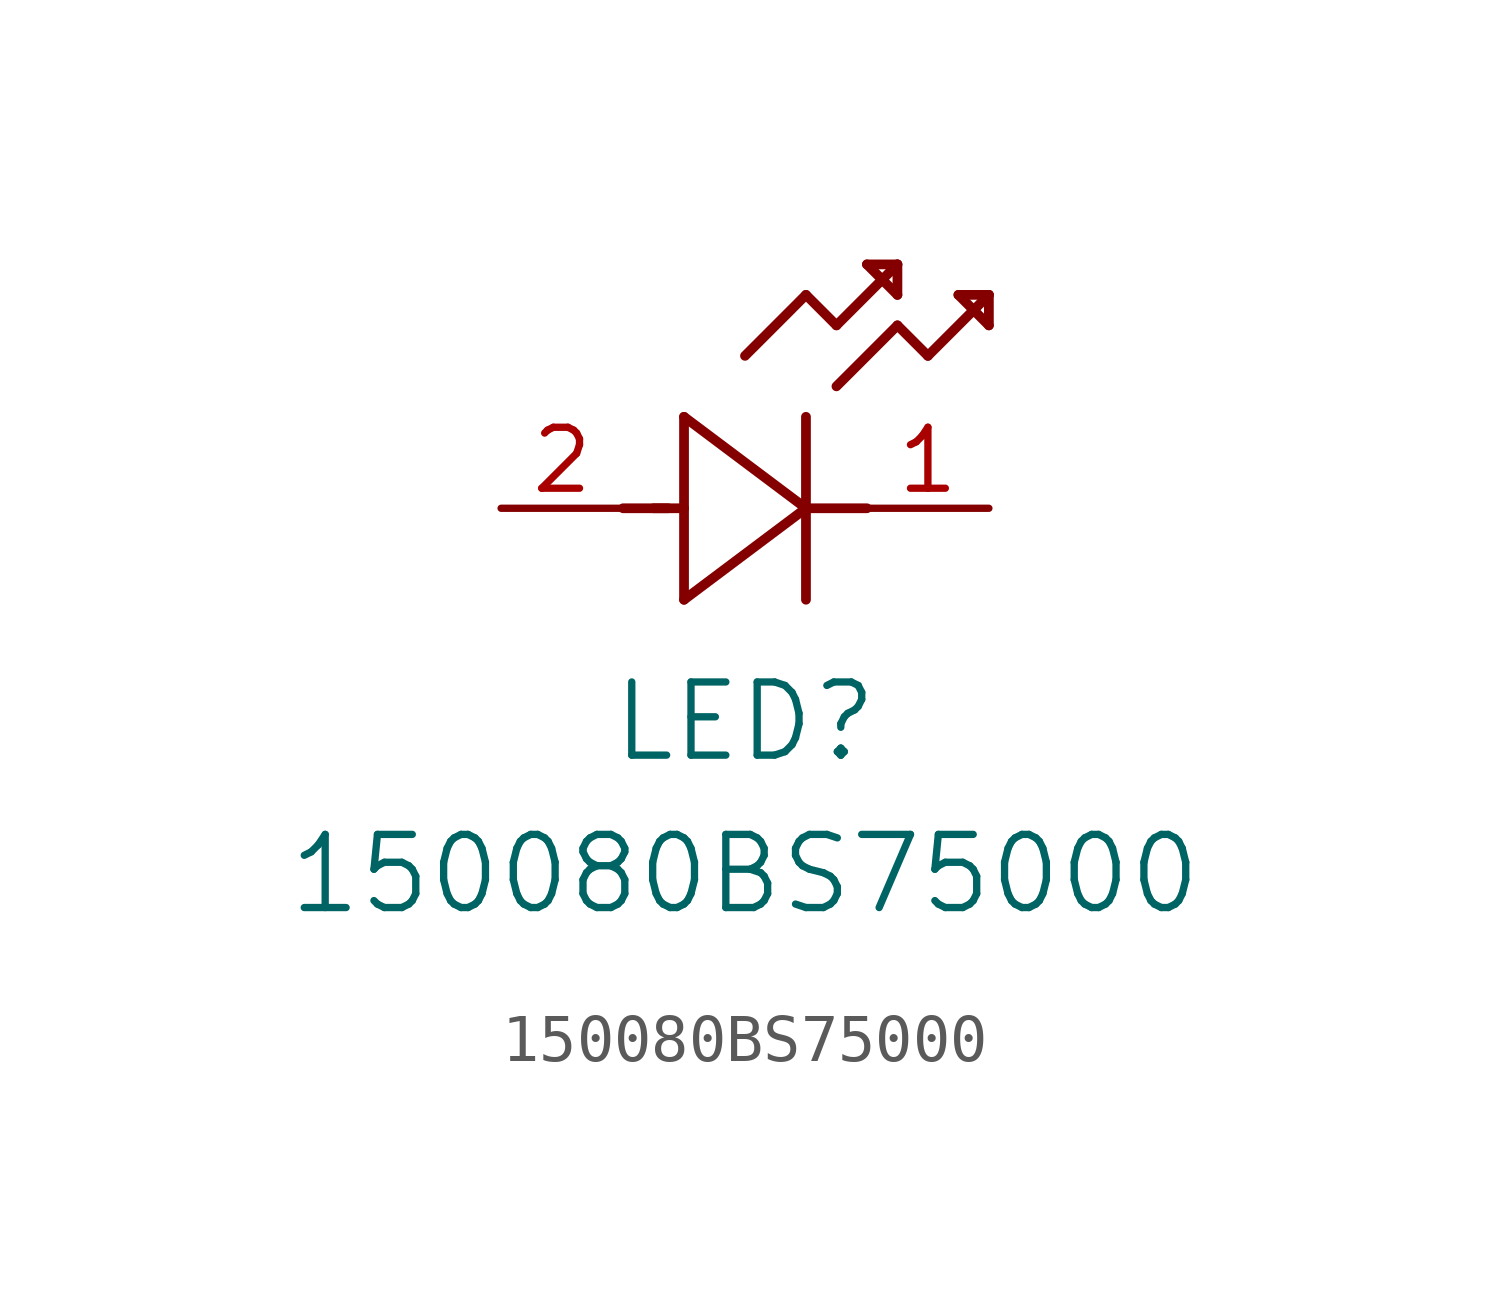
<source format=kicad_sym>
(kicad_symbol_lib
  (version 20241209)
  (generator "kicad_symbol_editor")
  (generator_version "9.0")
  (symbol "150080BS75000"
    (pin_names
      (offset 0.254))
    (property "Reference" "LED"
      (at 5.08 -4.445 0)
      (effects (font (size 1.524 1.524))))
    (property "Value" "150080BS75000"
      (at 5.08 -7.62 0)
      (effects (font (size 1.524 1.524))))
    (symbol "150080BS75000_0_1"
      (polyline (pts (xy 2.54 0) (xy 3.48 0)) (stroke (width 0.203) (type default)) (fill (type none)))
      (polyline (pts (xy 3.175 0) (xy 3.81 0)) (stroke (width 0.203) (type default)) (fill (type none)))
      (polyline (pts (xy 3.81 1.905) (xy 3.81 -1.905)) (stroke (width 0.203) (type default)) (fill (type none)))
      (polyline (pts (xy 3.81 -1.905) (xy 6.35 0)) (stroke (width 0.203) (type default)) (fill (type none)))
      (polyline (pts (xy 5.08 3.175) (xy 6.35 4.445)) (stroke (width 0.203) (type default)) (fill (type none)))
      (polyline (pts (xy 6.35 4.445) (xy 6.985 3.81)) (stroke (width 0.203) (type default)) (fill (type none)))
      (polyline (pts (xy 6.35 0) (xy 3.81 1.905)) (stroke (width 0.203) (type default)) (fill (type none)))
      (polyline (pts (xy 6.35 0) (xy 7.62 0)) (stroke (width 0.203) (type default)) (fill (type none)))
      (polyline (pts (xy 6.35 -1.905) (xy 6.35 1.905)) (stroke (width 0.203) (type default)) (fill (type none)))
      (polyline (pts (xy 6.985 3.81) (xy 8.255 5.08)) (stroke (width 0.203) (type default)) (fill (type none)))
      (polyline (pts (xy 6.985 2.54) (xy 8.255 3.81)) (stroke (width 0.203) (type default)) (fill (type none)))
      (polyline (pts (xy 7.62 5.08) (xy 8.255 4.445)) (stroke (width 0.203) (type default)) (fill (type none)))
      (polyline (pts (xy 8.255 5.08) (xy 7.62 5.08)) (stroke (width 0.203) (type default)) (fill (type none)))
      (polyline (pts (xy 8.255 4.445) (xy 8.255 5.08)) (stroke (width 0.203) (type default)) (fill (type none)))
      (polyline (pts (xy 8.255 3.81) (xy 8.89 3.175)) (stroke (width 0.203) (type default)) (fill (type none)))
      (polyline (pts (xy 8.89 3.175) (xy 10.16 4.445)) (stroke (width 0.203) (type default)) (fill (type none)))
      (polyline (pts (xy 9.525 4.445) (xy 10.16 3.81)) (stroke (width 0.203) (type default)) (fill (type none)))
      (polyline (pts (xy 10.16 4.445) (xy 9.525 4.445)) (stroke (width 0.203) (type default)) (fill (type none)))
      (polyline (pts (xy 10.16 3.81) (xy 10.16 4.445)) (stroke (width 0.203) (type default)) (fill (type none)))
      (pin unspecified line (at 0 0 0) (length 2.54) (name "" (effects (font (size 1.27 1.27)))) (number "2" (effects (font (size 1.27 1.27)))))
      (pin unspecified line (at 10.16 0 180) (length 2.54) (name "" (effects (font (size 1.27 1.27)))) (number "1" (effects (font (size 1.27 1.27))))))))
</source>
